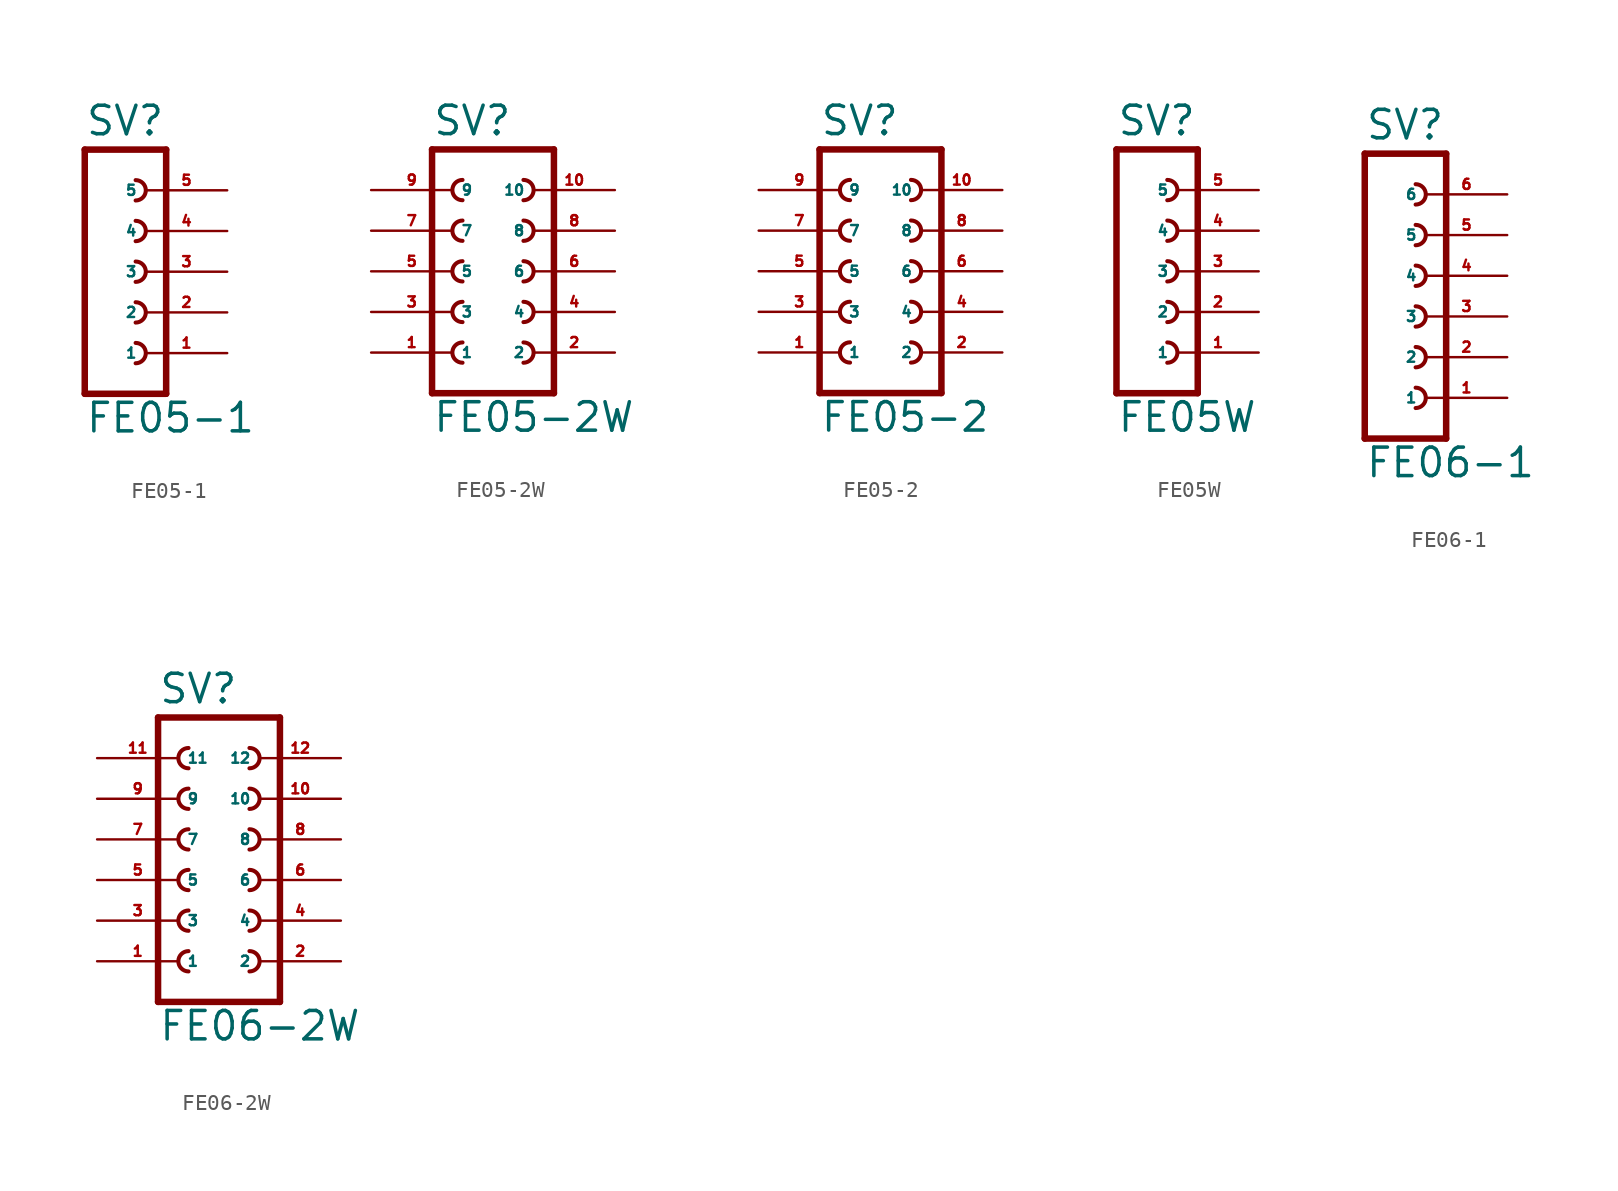
<source format=kicad_sym>
(kicad_symbol_lib
  (version 20220914)
  (generator Eagle2Kicad)
  (symbol "FE05-1"
    (property "Reference" "SV"
      (at -1.27 8.382 0)
      (effects (font (size 1.778 1.778) (thickness 0.22)) (justify left bottom)))
    (property "Value" "FE05-1"
      (at -1.27 -10.16 0)
      (effects (font (size 1.778 1.778) (thickness 0.22)) (justify left bottom)))
    (polyline
      (pts (xy 3.81 -7.62) (xy -1.27 -7.62))
      (stroke (width 0.406) (type default))
      (fill (type none)))
    (arc
      (start 1.905 -0.635)
      (mid 2.540 0.000)
      (end 1.905 0.635)
      (stroke (width 0.254) (type default))
      (fill (type none)))
    (arc
      (start 1.905 -3.175)
      (mid 2.540 -2.540)
      (end 1.905 -1.905)
      (stroke (width 0.254) (type default))
      (fill (type none)))
    (arc
      (start 1.905 -5.715)
      (mid 2.540 -5.080)
      (end 1.905 -4.445)
      (stroke (width 0.254) (type default))
      (fill (type none)))
    (polyline
      (pts (xy -1.27 7.62) (xy -1.27 -7.62))
      (stroke (width 0.406) (type default))
      (fill (type none)))
    (polyline
      (pts (xy 3.81 -7.62) (xy 3.81 7.62))
      (stroke (width 0.406) (type default))
      (fill (type none)))
    (polyline
      (pts (xy -1.27 7.62) (xy 3.81 7.62))
      (stroke (width 0.406) (type default))
      (fill (type none)))
    (arc
      (start 1.905 4.445)
      (mid 2.540 5.080)
      (end 1.905 5.715)
      (stroke (width 0.254) (type default))
      (fill (type none)))
    (arc
      (start 1.905 1.905)
      (mid 2.540 2.540)
      (end 1.905 3.175)
      (stroke (width 0.254) (type default))
      (fill (type none)))
    (pin passive line
      (at 7.62 -5.08 180)
      (length 5.08)
      (name "1" (effects (font (size 0.635 0.635) (thickness 0.08)) (justify left bottom)))
      (number "1" (effects (font (size 0.635 0.635) (thickness 0.08)) (justify left bottom))))
    (pin passive line
      (at 7.62 -2.54 180)
      (length 5.08)
      (name "2" (effects (font (size 0.635 0.635) (thickness 0.08)) (justify left bottom)))
      (number "2" (effects (font (size 0.635 0.635) (thickness 0.08)) (justify left bottom))))
    (pin passive line
      (at 7.62 0 180)
      (length 5.08)
      (name "3" (effects (font (size 0.635 0.635) (thickness 0.08)) (justify left bottom)))
      (number "3" (effects (font (size 0.635 0.635) (thickness 0.08)) (justify left bottom))))
    (pin passive line
      (at 7.62 2.54 180)
      (length 5.08)
      (name "4" (effects (font (size 0.635 0.635) (thickness 0.08)) (justify left bottom)))
      (number "4" (effects (font (size 0.635 0.635) (thickness 0.08)) (justify left bottom))))
    (pin passive line
      (at 7.62 5.08 180)
      (length 5.08)
      (name "5" (effects (font (size 0.635 0.635) (thickness 0.08)) (justify left bottom)))
      (number "5" (effects (font (size 0.635 0.635) (thickness 0.08)) (justify left bottom)))))
  (symbol "FE05-2W"
    (property "Reference" "SV"
      (at -3.81 8.382 0)
      (effects (font (size 1.778 1.778) (thickness 0.22)) (justify left bottom)))
    (property "Value" "FE05-2W"
      (at -3.81 -10.16 0)
      (effects (font (size 1.778 1.778) (thickness 0.22)) (justify left bottom)))
    (polyline
      (pts (xy 3.81 -7.62) (xy -3.81 -7.62))
      (stroke (width 0.406) (type default))
      (fill (type none)))
    (arc
      (start -1.905 0.635)
      (mid -2.540 0.000)
      (end -1.905 -0.635)
      (stroke (width 0.254) (type default))
      (fill (type none)))
    (arc
      (start -1.905 -1.905)
      (mid -2.540 -2.540)
      (end -1.905 -3.175)
      (stroke (width 0.254) (type default))
      (fill (type none)))
    (arc
      (start -1.905 -4.445)
      (mid -2.540 -5.080)
      (end -1.905 -5.715)
      (stroke (width 0.254) (type default))
      (fill (type none)))
    (arc
      (start 1.905 -0.635)
      (mid 2.540 0.000)
      (end 1.905 0.635)
      (stroke (width 0.254) (type default))
      (fill (type none)))
    (arc
      (start 1.905 -3.175)
      (mid 2.540 -2.540)
      (end 1.905 -1.905)
      (stroke (width 0.254) (type default))
      (fill (type none)))
    (arc
      (start 1.905 -5.715)
      (mid 2.540 -5.080)
      (end 1.905 -4.445)
      (stroke (width 0.254) (type default))
      (fill (type none)))
    (polyline
      (pts (xy -3.81 7.62) (xy -3.81 -7.62))
      (stroke (width 0.406) (type default))
      (fill (type none)))
    (polyline
      (pts (xy 3.81 -7.62) (xy 3.81 7.62))
      (stroke (width 0.406) (type default))
      (fill (type none)))
    (polyline
      (pts (xy -3.81 7.62) (xy 3.81 7.62))
      (stroke (width 0.406) (type default))
      (fill (type none)))
    (arc
      (start -1.905 5.715)
      (mid -2.540 5.080)
      (end -1.905 4.445)
      (stroke (width 0.254) (type default))
      (fill (type none)))
    (arc
      (start -1.905 3.175)
      (mid -2.540 2.540)
      (end -1.905 1.905)
      (stroke (width 0.254) (type default))
      (fill (type none)))
    (arc
      (start 1.905 4.445)
      (mid 2.540 5.080)
      (end 1.905 5.715)
      (stroke (width 0.254) (type default))
      (fill (type none)))
    (arc
      (start 1.905 1.905)
      (mid 2.540 2.540)
      (end 1.905 3.175)
      (stroke (width 0.254) (type default))
      (fill (type none)))
    (pin passive line
      (at -7.62 -5.08 0)
      (length 5.08)
      (name "1" (effects (font (size 0.635 0.635) (thickness 0.08)) (justify left bottom)))
      (number "1" (effects (font (size 0.635 0.635) (thickness 0.08)) (justify left bottom))))
    (pin passive line
      (at -7.62 -2.54 0)
      (length 5.08)
      (name "3" (effects (font (size 0.635 0.635) (thickness 0.08)) (justify left bottom)))
      (number "3" (effects (font (size 0.635 0.635) (thickness 0.08)) (justify left bottom))))
    (pin passive line
      (at -7.62 0 0)
      (length 5.08)
      (name "5" (effects (font (size 0.635 0.635) (thickness 0.08)) (justify left bottom)))
      (number "5" (effects (font (size 0.635 0.635) (thickness 0.08)) (justify left bottom))))
    (pin passive line
      (at 7.62 -5.08 180)
      (length 5.08)
      (name "2" (effects (font (size 0.635 0.635) (thickness 0.08)) (justify left bottom)))
      (number "2" (effects (font (size 0.635 0.635) (thickness 0.08)) (justify left bottom))))
    (pin passive line
      (at 7.62 -2.54 180)
      (length 5.08)
      (name "4" (effects (font (size 0.635 0.635) (thickness 0.08)) (justify left bottom)))
      (number "4" (effects (font (size 0.635 0.635) (thickness 0.08)) (justify left bottom))))
    (pin passive line
      (at 7.62 0 180)
      (length 5.08)
      (name "6" (effects (font (size 0.635 0.635) (thickness 0.08)) (justify left bottom)))
      (number "6" (effects (font (size 0.635 0.635) (thickness 0.08)) (justify left bottom))))
    (pin passive line
      (at -7.62 2.54 0)
      (length 5.08)
      (name "7" (effects (font (size 0.635 0.635) (thickness 0.08)) (justify left bottom)))
      (number "7" (effects (font (size 0.635 0.635) (thickness 0.08)) (justify left bottom))))
    (pin passive line
      (at -7.62 5.08 0)
      (length 5.08)
      (name "9" (effects (font (size 0.635 0.635) (thickness 0.08)) (justify left bottom)))
      (number "9" (effects (font (size 0.635 0.635) (thickness 0.08)) (justify left bottom))))
    (pin passive line
      (at 7.62 2.54 180)
      (length 5.08)
      (name "8" (effects (font (size 0.635 0.635) (thickness 0.08)) (justify left bottom)))
      (number "8" (effects (font (size 0.635 0.635) (thickness 0.08)) (justify left bottom))))
    (pin passive line
      (at 7.62 5.08 180)
      (length 5.08)
      (name "10" (effects (font (size 0.635 0.635) (thickness 0.08)) (justify left bottom)))
      (number "10" (effects (font (size 0.635 0.635) (thickness 0.08)) (justify left bottom)))))
  (symbol "FE05-2"
    (property "Reference" "SV"
      (at -3.81 8.382 0)
      (effects (font (size 1.778 1.778) (thickness 0.22)) (justify left bottom)))
    (property "Value" "FE05-2"
      (at -3.81 -10.16 0)
      (effects (font (size 1.778 1.778) (thickness 0.22)) (justify left bottom)))
    (polyline
      (pts (xy 3.81 -7.62) (xy -3.81 -7.62))
      (stroke (width 0.406) (type default))
      (fill (type none)))
    (arc
      (start -1.905 0.635)
      (mid -2.540 0.000)
      (end -1.905 -0.635)
      (stroke (width 0.254) (type default))
      (fill (type none)))
    (arc
      (start -1.905 -1.905)
      (mid -2.540 -2.540)
      (end -1.905 -3.175)
      (stroke (width 0.254) (type default))
      (fill (type none)))
    (arc
      (start -1.905 -4.445)
      (mid -2.540 -5.080)
      (end -1.905 -5.715)
      (stroke (width 0.254) (type default))
      (fill (type none)))
    (arc
      (start 1.905 -0.635)
      (mid 2.540 0.000)
      (end 1.905 0.635)
      (stroke (width 0.254) (type default))
      (fill (type none)))
    (arc
      (start 1.905 -3.175)
      (mid 2.540 -2.540)
      (end 1.905 -1.905)
      (stroke (width 0.254) (type default))
      (fill (type none)))
    (arc
      (start 1.905 -5.715)
      (mid 2.540 -5.080)
      (end 1.905 -4.445)
      (stroke (width 0.254) (type default))
      (fill (type none)))
    (polyline
      (pts (xy -3.81 7.62) (xy -3.81 -7.62))
      (stroke (width 0.406) (type default))
      (fill (type none)))
    (polyline
      (pts (xy 3.81 -7.62) (xy 3.81 7.62))
      (stroke (width 0.406) (type default))
      (fill (type none)))
    (polyline
      (pts (xy -3.81 7.62) (xy 3.81 7.62))
      (stroke (width 0.406) (type default))
      (fill (type none)))
    (arc
      (start -1.905 5.715)
      (mid -2.540 5.080)
      (end -1.905 4.445)
      (stroke (width 0.254) (type default))
      (fill (type none)))
    (arc
      (start -1.905 3.175)
      (mid -2.540 2.540)
      (end -1.905 1.905)
      (stroke (width 0.254) (type default))
      (fill (type none)))
    (arc
      (start 1.905 4.445)
      (mid 2.540 5.080)
      (end 1.905 5.715)
      (stroke (width 0.254) (type default))
      (fill (type none)))
    (arc
      (start 1.905 1.905)
      (mid 2.540 2.540)
      (end 1.905 3.175)
      (stroke (width 0.254) (type default))
      (fill (type none)))
    (pin passive line
      (at -7.62 -5.08 0)
      (length 5.08)
      (name "1" (effects (font (size 0.635 0.635) (thickness 0.08)) (justify left bottom)))
      (number "1" (effects (font (size 0.635 0.635) (thickness 0.08)) (justify left bottom))))
    (pin passive line
      (at -7.62 -2.54 0)
      (length 5.08)
      (name "3" (effects (font (size 0.635 0.635) (thickness 0.08)) (justify left bottom)))
      (number "3" (effects (font (size 0.635 0.635) (thickness 0.08)) (justify left bottom))))
    (pin passive line
      (at -7.62 0 0)
      (length 5.08)
      (name "5" (effects (font (size 0.635 0.635) (thickness 0.08)) (justify left bottom)))
      (number "5" (effects (font (size 0.635 0.635) (thickness 0.08)) (justify left bottom))))
    (pin passive line
      (at 7.62 -5.08 180)
      (length 5.08)
      (name "2" (effects (font (size 0.635 0.635) (thickness 0.08)) (justify left bottom)))
      (number "2" (effects (font (size 0.635 0.635) (thickness 0.08)) (justify left bottom))))
    (pin passive line
      (at 7.62 -2.54 180)
      (length 5.08)
      (name "4" (effects (font (size 0.635 0.635) (thickness 0.08)) (justify left bottom)))
      (number "4" (effects (font (size 0.635 0.635) (thickness 0.08)) (justify left bottom))))
    (pin passive line
      (at 7.62 0 180)
      (length 5.08)
      (name "6" (effects (font (size 0.635 0.635) (thickness 0.08)) (justify left bottom)))
      (number "6" (effects (font (size 0.635 0.635) (thickness 0.08)) (justify left bottom))))
    (pin passive line
      (at -7.62 2.54 0)
      (length 5.08)
      (name "7" (effects (font (size 0.635 0.635) (thickness 0.08)) (justify left bottom)))
      (number "7" (effects (font (size 0.635 0.635) (thickness 0.08)) (justify left bottom))))
    (pin passive line
      (at -7.62 5.08 0)
      (length 5.08)
      (name "9" (effects (font (size 0.635 0.635) (thickness 0.08)) (justify left bottom)))
      (number "9" (effects (font (size 0.635 0.635) (thickness 0.08)) (justify left bottom))))
    (pin passive line
      (at 7.62 2.54 180)
      (length 5.08)
      (name "8" (effects (font (size 0.635 0.635) (thickness 0.08)) (justify left bottom)))
      (number "8" (effects (font (size 0.635 0.635) (thickness 0.08)) (justify left bottom))))
    (pin passive line
      (at 7.62 5.08 180)
      (length 5.08)
      (name "10" (effects (font (size 0.635 0.635) (thickness 0.08)) (justify left bottom)))
      (number "10" (effects (font (size 0.635 0.635) (thickness 0.08)) (justify left bottom)))))
  (symbol "FE05W"
    (property "Reference" "SV"
      (at -1.27 8.382 0)
      (effects (font (size 1.778 1.778) (thickness 0.22)) (justify left bottom)))
    (property "Value" "FE05W"
      (at -1.27 -10.16 0)
      (effects (font (size 1.778 1.778) (thickness 0.22)) (justify left bottom)))
    (polyline
      (pts (xy 3.81 -7.62) (xy -1.27 -7.62))
      (stroke (width 0.406) (type default))
      (fill (type none)))
    (arc
      (start 1.905 -0.635)
      (mid 2.540 0.000)
      (end 1.905 0.635)
      (stroke (width 0.254) (type default))
      (fill (type none)))
    (arc
      (start 1.905 -3.175)
      (mid 2.540 -2.540)
      (end 1.905 -1.905)
      (stroke (width 0.254) (type default))
      (fill (type none)))
    (arc
      (start 1.905 -5.715)
      (mid 2.540 -5.080)
      (end 1.905 -4.445)
      (stroke (width 0.254) (type default))
      (fill (type none)))
    (polyline
      (pts (xy -1.27 7.62) (xy -1.27 -7.62))
      (stroke (width 0.406) (type default))
      (fill (type none)))
    (polyline
      (pts (xy 3.81 -7.62) (xy 3.81 7.62))
      (stroke (width 0.406) (type default))
      (fill (type none)))
    (polyline
      (pts (xy -1.27 7.62) (xy 3.81 7.62))
      (stroke (width 0.406) (type default))
      (fill (type none)))
    (arc
      (start 1.905 4.445)
      (mid 2.540 5.080)
      (end 1.905 5.715)
      (stroke (width 0.254) (type default))
      (fill (type none)))
    (arc
      (start 1.905 1.905)
      (mid 2.540 2.540)
      (end 1.905 3.175)
      (stroke (width 0.254) (type default))
      (fill (type none)))
    (pin passive line
      (at 7.62 -5.08 180)
      (length 5.08)
      (name "1" (effects (font (size 0.635 0.635) (thickness 0.08)) (justify left bottom)))
      (number "1" (effects (font (size 0.635 0.635) (thickness 0.08)) (justify left bottom))))
    (pin passive line
      (at 7.62 -2.54 180)
      (length 5.08)
      (name "2" (effects (font (size 0.635 0.635) (thickness 0.08)) (justify left bottom)))
      (number "2" (effects (font (size 0.635 0.635) (thickness 0.08)) (justify left bottom))))
    (pin passive line
      (at 7.62 0 180)
      (length 5.08)
      (name "3" (effects (font (size 0.635 0.635) (thickness 0.08)) (justify left bottom)))
      (number "3" (effects (font (size 0.635 0.635) (thickness 0.08)) (justify left bottom))))
    (pin passive line
      (at 7.62 2.54 180)
      (length 5.08)
      (name "4" (effects (font (size 0.635 0.635) (thickness 0.08)) (justify left bottom)))
      (number "4" (effects (font (size 0.635 0.635) (thickness 0.08)) (justify left bottom))))
    (pin passive line
      (at 7.62 5.08 180)
      (length 5.08)
      (name "5" (effects (font (size 0.635 0.635) (thickness 0.08)) (justify left bottom)))
      (number "5" (effects (font (size 0.635 0.635) (thickness 0.08)) (justify left bottom)))))
  (symbol "FE06-1"
    (property "Reference" "SV"
      (at -1.27 10.922 0)
      (effects (font (size 1.778 1.778) (thickness 0.22)) (justify left bottom)))
    (property "Value" "FE06-1"
      (at -1.27 -10.16 0)
      (effects (font (size 1.778 1.778) (thickness 0.22)) (justify left bottom)))
    (polyline
      (pts (xy 3.81 -7.62) (xy -1.27 -7.62))
      (stroke (width 0.406) (type default))
      (fill (type none)))
    (arc
      (start 1.905 -0.635)
      (mid 2.540 0.000)
      (end 1.905 0.635)
      (stroke (width 0.254) (type default))
      (fill (type none)))
    (arc
      (start 1.905 -3.175)
      (mid 2.540 -2.540)
      (end 1.905 -1.905)
      (stroke (width 0.254) (type default))
      (fill (type none)))
    (arc
      (start 1.905 -5.715)
      (mid 2.540 -5.080)
      (end 1.905 -4.445)
      (stroke (width 0.254) (type default))
      (fill (type none)))
    (polyline
      (pts (xy -1.27 10.16) (xy -1.27 -7.62))
      (stroke (width 0.406) (type default))
      (fill (type none)))
    (polyline
      (pts (xy 3.81 -7.62) (xy 3.81 10.16))
      (stroke (width 0.406) (type default))
      (fill (type none)))
    (polyline
      (pts (xy -1.27 10.16) (xy 3.81 10.16))
      (stroke (width 0.406) (type default))
      (fill (type none)))
    (arc
      (start 1.905 4.445)
      (mid 2.540 5.080)
      (end 1.905 5.715)
      (stroke (width 0.254) (type default))
      (fill (type none)))
    (arc
      (start 1.905 1.905)
      (mid 2.540 2.540)
      (end 1.905 3.175)
      (stroke (width 0.254) (type default))
      (fill (type none)))
    (arc
      (start 1.905 6.985)
      (mid 2.540 7.620)
      (end 1.905 8.255)
      (stroke (width 0.254) (type default))
      (fill (type none)))
    (pin passive line
      (at 7.62 -5.08 180)
      (length 5.08)
      (name "1" (effects (font (size 0.635 0.635) (thickness 0.08)) (justify left bottom)))
      (number "1" (effects (font (size 0.635 0.635) (thickness 0.08)) (justify left bottom))))
    (pin passive line
      (at 7.62 -2.54 180)
      (length 5.08)
      (name "2" (effects (font (size 0.635 0.635) (thickness 0.08)) (justify left bottom)))
      (number "2" (effects (font (size 0.635 0.635) (thickness 0.08)) (justify left bottom))))
    (pin passive line
      (at 7.62 0 180)
      (length 5.08)
      (name "3" (effects (font (size 0.635 0.635) (thickness 0.08)) (justify left bottom)))
      (number "3" (effects (font (size 0.635 0.635) (thickness 0.08)) (justify left bottom))))
    (pin passive line
      (at 7.62 2.54 180)
      (length 5.08)
      (name "4" (effects (font (size 0.635 0.635) (thickness 0.08)) (justify left bottom)))
      (number "4" (effects (font (size 0.635 0.635) (thickness 0.08)) (justify left bottom))))
    (pin passive line
      (at 7.62 5.08 180)
      (length 5.08)
      (name "5" (effects (font (size 0.635 0.635) (thickness 0.08)) (justify left bottom)))
      (number "5" (effects (font (size 0.635 0.635) (thickness 0.08)) (justify left bottom))))
    (pin passive line
      (at 7.62 7.62 180)
      (length 5.08)
      (name "6" (effects (font (size 0.635 0.635) (thickness 0.08)) (justify left bottom)))
      (number "6" (effects (font (size 0.635 0.635) (thickness 0.08)) (justify left bottom)))))
  (symbol "FE06-2W"
    (property "Reference" "SV"
      (at -3.81 10.922 0)
      (effects (font (size 1.778 1.778) (thickness 0.22)) (justify left bottom)))
    (property "Value" "FE06-2W"
      (at -3.81 -10.16 0)
      (effects (font (size 1.778 1.778) (thickness 0.22)) (justify left bottom)))
    (polyline
      (pts (xy 3.81 -7.62) (xy -3.81 -7.62))
      (stroke (width 0.406) (type default))
      (fill (type none)))
    (arc
      (start -1.905 0.635)
      (mid -2.540 0.000)
      (end -1.905 -0.635)
      (stroke (width 0.254) (type default))
      (fill (type none)))
    (arc
      (start -1.905 -1.905)
      (mid -2.540 -2.540)
      (end -1.905 -3.175)
      (stroke (width 0.254) (type default))
      (fill (type none)))
    (arc
      (start -1.905 -4.445)
      (mid -2.540 -5.080)
      (end -1.905 -5.715)
      (stroke (width 0.254) (type default))
      (fill (type none)))
    (arc
      (start 1.905 -0.635)
      (mid 2.540 0.000)
      (end 1.905 0.635)
      (stroke (width 0.254) (type default))
      (fill (type none)))
    (arc
      (start 1.905 -3.175)
      (mid 2.540 -2.540)
      (end 1.905 -1.905)
      (stroke (width 0.254) (type default))
      (fill (type none)))
    (arc
      (start 1.905 -5.715)
      (mid 2.540 -5.080)
      (end 1.905 -4.445)
      (stroke (width 0.254) (type default))
      (fill (type none)))
    (arc
      (start -1.905 5.715)
      (mid -2.540 5.080)
      (end -1.905 4.445)
      (stroke (width 0.254) (type default))
      (fill (type none)))
    (arc
      (start -1.905 3.175)
      (mid -2.540 2.540)
      (end -1.905 1.905)
      (stroke (width 0.254) (type default))
      (fill (type none)))
    (arc
      (start 1.905 4.445)
      (mid 2.540 5.080)
      (end 1.905 5.715)
      (stroke (width 0.254) (type default))
      (fill (type none)))
    (arc
      (start 1.905 1.905)
      (mid 2.540 2.540)
      (end 1.905 3.175)
      (stroke (width 0.254) (type default))
      (fill (type none)))
    (arc
      (start -1.905 8.255)
      (mid -2.540 7.620)
      (end -1.905 6.985)
      (stroke (width 0.254) (type default))
      (fill (type none)))
    (arc
      (start 1.905 6.985)
      (mid 2.540 7.620)
      (end 1.905 8.255)
      (stroke (width 0.254) (type default))
      (fill (type none)))
    (polyline
      (pts (xy -3.81 10.16) (xy -3.81 -7.62))
      (stroke (width 0.406) (type default))
      (fill (type none)))
    (polyline
      (pts (xy 3.81 -7.62) (xy 3.81 10.16))
      (stroke (width 0.406) (type default))
      (fill (type none)))
    (polyline
      (pts (xy -3.81 10.16) (xy 3.81 10.16))
      (stroke (width 0.406) (type default))
      (fill (type none)))
    (pin passive line
      (at -7.62 -5.08 0)
      (length 5.08)
      (name "1" (effects (font (size 0.635 0.635) (thickness 0.08)) (justify left bottom)))
      (number "1" (effects (font (size 0.635 0.635) (thickness 0.08)) (justify left bottom))))
    (pin passive line
      (at -7.62 -2.54 0)
      (length 5.08)
      (name "3" (effects (font (size 0.635 0.635) (thickness 0.08)) (justify left bottom)))
      (number "3" (effects (font (size 0.635 0.635) (thickness 0.08)) (justify left bottom))))
    (pin passive line
      (at -7.62 0 0)
      (length 5.08)
      (name "5" (effects (font (size 0.635 0.635) (thickness 0.08)) (justify left bottom)))
      (number "5" (effects (font (size 0.635 0.635) (thickness 0.08)) (justify left bottom))))
    (pin passive line
      (at 7.62 -5.08 180)
      (length 5.08)
      (name "2" (effects (font (size 0.635 0.635) (thickness 0.08)) (justify left bottom)))
      (number "2" (effects (font (size 0.635 0.635) (thickness 0.08)) (justify left bottom))))
    (pin passive line
      (at 7.62 -2.54 180)
      (length 5.08)
      (name "4" (effects (font (size 0.635 0.635) (thickness 0.08)) (justify left bottom)))
      (number "4" (effects (font (size 0.635 0.635) (thickness 0.08)) (justify left bottom))))
    (pin passive line
      (at 7.62 0 180)
      (length 5.08)
      (name "6" (effects (font (size 0.635 0.635) (thickness 0.08)) (justify left bottom)))
      (number "6" (effects (font (size 0.635 0.635) (thickness 0.08)) (justify left bottom))))
    (pin passive line
      (at -7.62 2.54 0)
      (length 5.08)
      (name "7" (effects (font (size 0.635 0.635) (thickness 0.08)) (justify left bottom)))
      (number "7" (effects (font (size 0.635 0.635) (thickness 0.08)) (justify left bottom))))
    (pin passive line
      (at -7.62 5.08 0)
      (length 5.08)
      (name "9" (effects (font (size 0.635 0.635) (thickness 0.08)) (justify left bottom)))
      (number "9" (effects (font (size 0.635 0.635) (thickness 0.08)) (justify left bottom))))
    (pin passive line
      (at 7.62 2.54 180)
      (length 5.08)
      (name "8" (effects (font (size 0.635 0.635) (thickness 0.08)) (justify left bottom)))
      (number "8" (effects (font (size 0.635 0.635) (thickness 0.08)) (justify left bottom))))
    (pin passive line
      (at 7.62 5.08 180)
      (length 5.08)
      (name "10" (effects (font (size 0.635 0.635) (thickness 0.08)) (justify left bottom)))
      (number "10" (effects (font (size 0.635 0.635) (thickness 0.08)) (justify left bottom))))
    (pin passive line
      (at -7.62 7.62 0)
      (length 5.08)
      (name "11" (effects (font (size 0.635 0.635) (thickness 0.08)) (justify left bottom)))
      (number "11" (effects (font (size 0.635 0.635) (thickness 0.08)) (justify left bottom))))
    (pin passive line
      (at 7.62 7.62 180)
      (length 5.08)
      (name "12" (effects (font (size 0.635 0.635) (thickness 0.08)) (justify left bottom)))
      (number "12" (effects (font (size 0.635 0.635) (thickness 0.08)) (justify left bottom))))))
</source>
